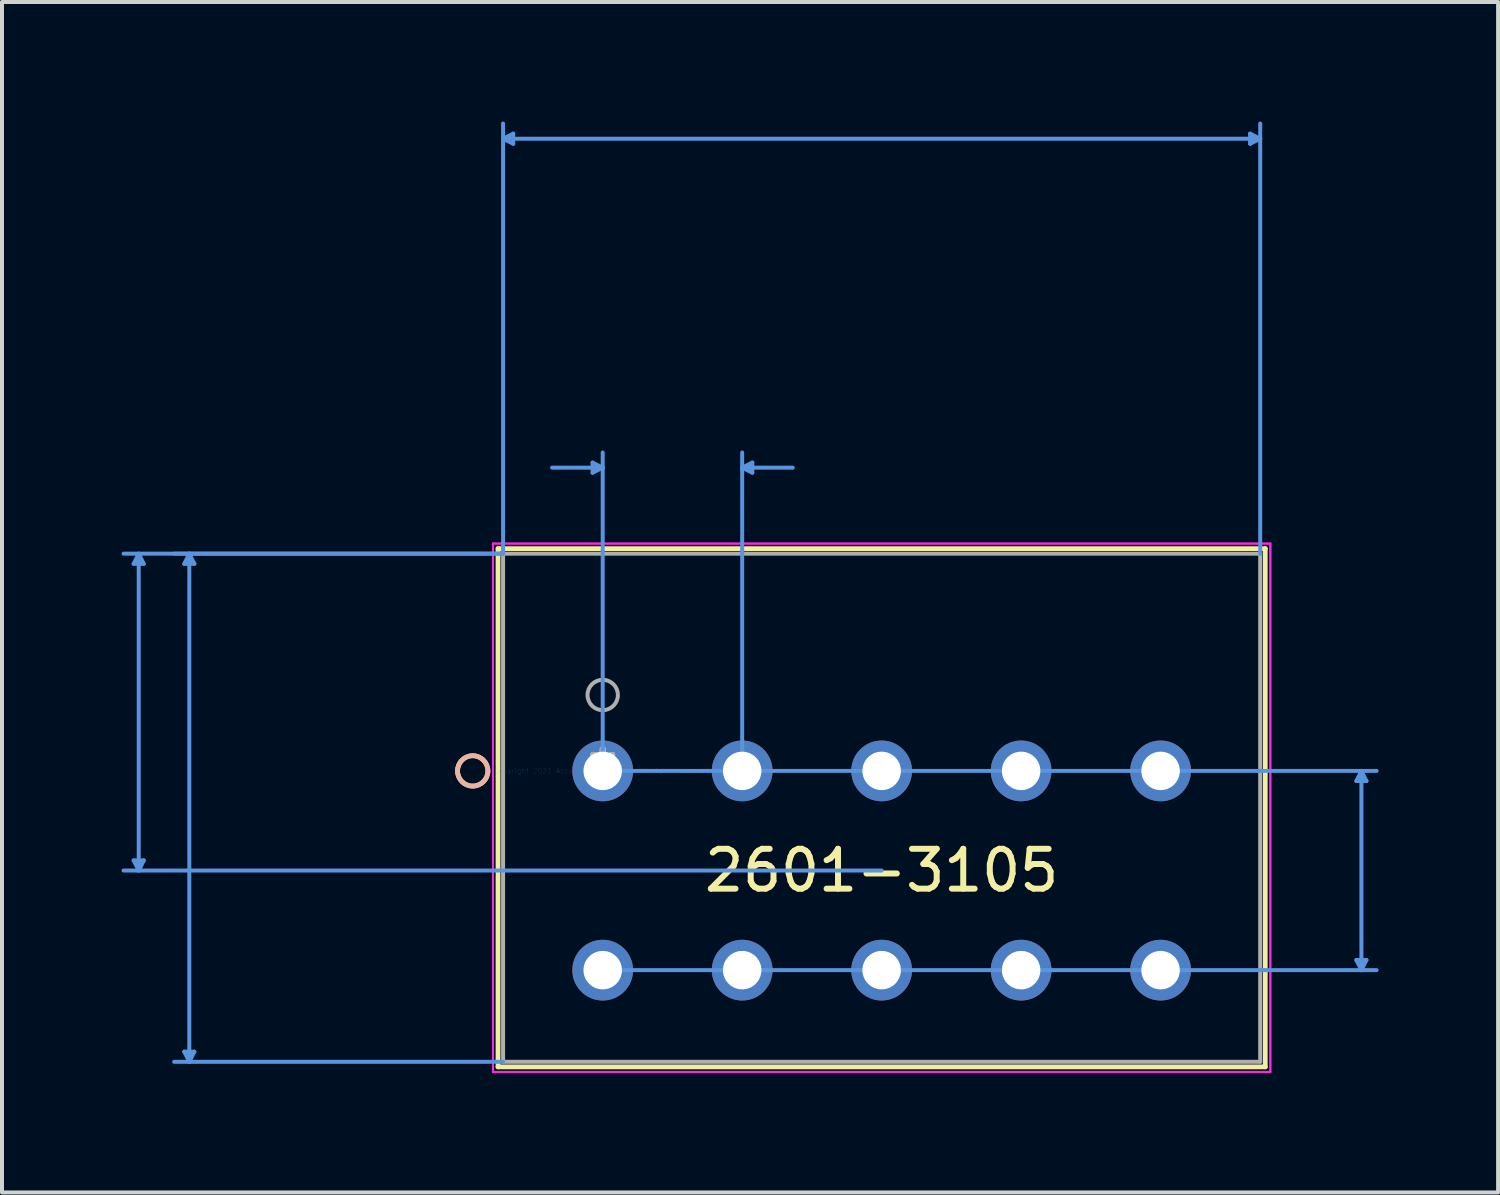
<source format=kicad_pcb>
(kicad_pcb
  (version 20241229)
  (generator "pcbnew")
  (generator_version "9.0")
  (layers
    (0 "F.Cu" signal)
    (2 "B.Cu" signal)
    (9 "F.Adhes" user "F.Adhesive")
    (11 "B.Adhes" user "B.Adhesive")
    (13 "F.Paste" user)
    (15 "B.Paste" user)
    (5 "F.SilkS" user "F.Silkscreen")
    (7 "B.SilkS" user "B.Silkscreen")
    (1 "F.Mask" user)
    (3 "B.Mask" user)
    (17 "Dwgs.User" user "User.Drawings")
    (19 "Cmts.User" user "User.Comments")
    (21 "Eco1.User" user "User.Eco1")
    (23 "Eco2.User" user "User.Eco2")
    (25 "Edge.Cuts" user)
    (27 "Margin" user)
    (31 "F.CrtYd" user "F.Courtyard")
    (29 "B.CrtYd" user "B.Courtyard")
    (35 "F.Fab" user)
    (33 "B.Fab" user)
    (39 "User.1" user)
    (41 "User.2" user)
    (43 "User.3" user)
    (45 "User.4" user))
  (footprint "2601-3105"
    (layer "F.Cu")
    (at 12.075 16.296)
    (property "Reference" "2601-3105" (at 7 2.5 0) (layer "F.SilkS") (effects (font (size 1 1) (thickness 0.15))))
    (attr through_hole)
    (fp_line (start -2.627 -5.578) (end -2.627 7.427) (stroke (width 0.12) (type solid)) (layer "F.SilkS"))
    (fp_line (start -2.627 7.427) (end 16.627 7.427) (stroke (width 0.12) (type solid)) (layer "F.SilkS"))
    (fp_line (start 16.627 -5.578) (end -2.627 -5.578) (stroke (width 0.12) (type solid)) (layer "F.SilkS"))
    (fp_line (start 16.627 7.427) (end 16.627 -5.578) (stroke (width 0.12) (type solid)) (layer "F.SilkS"))
    (fp_circle (center -3.262 0) (end -2.881 0) (stroke (width 0.12) (type solid)) (fill no) (layer "F.SilkS"))
    (fp_circle (center -3.262 0) (end -2.881 0) (stroke (width 0.12) (type solid)) (fill no) (layer "B.SilkS"))
    (fp_line (start -11.771 -5.197) (end -11.517 -5.197) (stroke (width 0.1) (type solid)) (layer "Cmts.User"))
    (fp_line (start -11.771 2.246) (end -11.517 2.246) (stroke (width 0.1) (type solid)) (layer "Cmts.User"))
    (fp_line (start -11.644 -5.451) (end -11.771 -5.197) (stroke (width 0.1) (type solid)) (layer "Cmts.User"))
    (fp_line (start -11.644 -5.451) (end -11.644 2.5) (stroke (width 0.1) (type solid)) (layer "Cmts.User"))
    (fp_line (start -11.644 -5.451) (end -11.517 -5.197) (stroke (width 0.1) (type solid)) (layer "Cmts.User"))
    (fp_line (start -11.644 2.5) (end -11.771 2.246) (stroke (width 0.1) (type solid)) (layer "Cmts.User"))
    (fp_line (start -11.644 2.5) (end -11.517 2.246) (stroke (width 0.1) (type solid)) (layer "Cmts.User"))
    (fp_line (start -10.501 -5.197) (end -10.247 -5.197) (stroke (width 0.1) (type solid)) (layer "Cmts.User"))
    (fp_line (start -10.501 7.046) (end -10.247 7.046) (stroke (width 0.1) (type solid)) (layer "Cmts.User"))
    (fp_line (start -10.374 -5.451) (end -10.501 -5.197) (stroke (width 0.1) (type solid)) (layer "Cmts.User"))
    (fp_line (start -10.374 -5.451) (end -10.374 7.3) (stroke (width 0.1) (type solid)) (layer "Cmts.User"))
    (fp_line (start -10.374 -5.451) (end -10.247 -5.197) (stroke (width 0.1) (type solid)) (layer "Cmts.User"))
    (fp_line (start -10.374 7.3) (end -10.501 7.046) (stroke (width 0.1) (type solid)) (layer "Cmts.User"))
    (fp_line (start -10.374 7.3) (end -10.247 7.046) (stroke (width 0.1) (type solid)) (layer "Cmts.User"))
    (fp_line (start -2.5 -15.865) (end -2.246 -15.992) (stroke (width 0.1) (type solid)) (layer "Cmts.User"))
    (fp_line (start -2.5 -15.865) (end -2.246 -15.738) (stroke (width 0.1) (type solid)) (layer "Cmts.User"))
    (fp_line (start -2.5 -15.865) (end 16.5 -15.865) (stroke (width 0.1) (type solid)) (layer "Cmts.User"))
    (fp_line (start -2.5 -5.451) (end -12.025 -5.451) (stroke (width 0.1) (type solid)) (layer "Cmts.User"))
    (fp_line (start -2.5 -5.451) (end -10.755 -5.451) (stroke (width 0.1) (type solid)) (layer "Cmts.User"))
    (fp_line (start -2.5 -5.451) (end -2.5 -16.246) (stroke (width 0.1) (type solid)) (layer "Cmts.User"))
    (fp_line (start -2.5 7.3) (end -10.755 7.3) (stroke (width 0.1) (type solid)) (layer "Cmts.User"))
    (fp_line (start -2.246 -15.992) (end -2.246 -15.738) (stroke (width 0.1) (type solid)) (layer "Cmts.User"))
    (fp_line (start -0.254 -7.737) (end -0.254 -7.483) (stroke (width 0.1) (type solid)) (layer "Cmts.User"))
    (fp_line (start 0 -7.61) (end -1.27 -7.61) (stroke (width 0.1) (type solid)) (layer "Cmts.User"))
    (fp_line (start 0 -7.61) (end -0.254 -7.737) (stroke (width 0.1) (type solid)) (layer "Cmts.User"))
    (fp_line (start 0 -7.61) (end -0.254 -7.483) (stroke (width 0.1) (type solid)) (layer "Cmts.User"))
    (fp_line (start 0 0) (end 0 -7.991) (stroke (width 0.1) (type solid)) (layer "Cmts.User"))
    (fp_line (start 0 0) (end 19.421 0) (stroke (width 0.1) (type solid)) (layer "Cmts.User"))
    (fp_line (start 0 5) (end 19.421 5) (stroke (width 0.1) (type solid)) (layer "Cmts.User"))
    (fp_line (start 3.5 -7.61) (end 3.754 -7.737) (stroke (width 0.1) (type solid)) (layer "Cmts.User"))
    (fp_line (start 3.5 -7.61) (end 3.754 -7.483) (stroke (width 0.1) (type solid)) (layer "Cmts.User"))
    (fp_line (start 3.5 -7.61) (end 4.77 -7.61) (stroke (width 0.1) (type solid)) (layer "Cmts.User"))
    (fp_line (start 3.5 0) (end 3.5 -7.991) (stroke (width 0.1) (type solid)) (layer "Cmts.User"))
    (fp_line (start 3.754 -7.737) (end 3.754 -7.483) (stroke (width 0.1) (type solid)) (layer "Cmts.User"))
    (fp_line (start 7 2.5) (end -12.025 2.5) (stroke (width 0.1) (type solid)) (layer "Cmts.User"))
    (fp_line (start 16.246 -15.992) (end 16.246 -15.738) (stroke (width 0.1) (type solid)) (layer "Cmts.User"))
    (fp_line (start 16.5 -15.865) (end 16.246 -15.992) (stroke (width 0.1) (type solid)) (layer "Cmts.User"))
    (fp_line (start 16.5 -15.865) (end 16.246 -15.738) (stroke (width 0.1) (type solid)) (layer "Cmts.User"))
    (fp_line (start 16.5 -5.451) (end 16.5 -16.246) (stroke (width 0.1) (type solid)) (layer "Cmts.User"))
    (fp_line (start 18.913 0.254) (end 19.167 0.254) (stroke (width 0.1) (type solid)) (layer "Cmts.User"))
    (fp_line (start 18.913 4.746) (end 19.167 4.746) (stroke (width 0.1) (type solid)) (layer "Cmts.User"))
    (fp_line (start 19.04 0) (end 18.913 0.254) (stroke (width 0.1) (type solid)) (layer "Cmts.User"))
    (fp_line (start 19.04 0) (end 19.04 5) (stroke (width 0.1) (type solid)) (layer "Cmts.User"))
    (fp_line (start 19.04 0) (end 19.167 0.254) (stroke (width 0.1) (type solid)) (layer "Cmts.User"))
    (fp_line (start 19.04 5) (end 18.913 4.746) (stroke (width 0.1) (type solid)) (layer "Cmts.User"))
    (fp_line (start 19.04 5) (end 19.167 4.746) (stroke (width 0.1) (type solid)) (layer "Cmts.User"))
    (fp_line (start -2.754 -5.705) (end -2.754 7.554) (stroke (width 0.05) (type solid)) (layer "F.CrtYd"))
    (fp_line (start -2.754 -5.705) (end -2.754 7.554) (stroke (width 0.05) (type solid)) (layer "F.CrtYd"))
    (fp_line (start -2.754 7.554) (end 16.754 7.554) (stroke (width 0.05) (type solid)) (layer "F.CrtYd"))
    (fp_line (start -2.754 7.554) (end 16.754 7.554) (stroke (width 0.05) (type solid)) (layer "F.CrtYd"))
    (fp_line (start 16.754 -5.705) (end -2.754 -5.705) (stroke (width 0.05) (type solid)) (layer "F.CrtYd"))
    (fp_line (start 16.754 -5.705) (end -2.754 -5.705) (stroke (width 0.05) (type solid)) (layer "F.CrtYd"))
    (fp_line (start 16.754 7.554) (end 16.754 -5.705) (stroke (width 0.05) (type solid)) (layer "F.CrtYd"))
    (fp_line (start 16.754 7.554) (end 16.754 -5.705) (stroke (width 0.05) (type solid)) (layer "F.CrtYd"))
    (fp_line (start -2.5 -5.451) (end -2.5 7.3) (stroke (width 0.1) (type solid)) (layer "F.Fab"))
    (fp_line (start -2.5 7.3) (end 16.5 7.3) (stroke (width 0.1) (type solid)) (layer "F.Fab"))
    (fp_line (start 16.5 -5.451) (end -2.5 -5.451) (stroke (width 0.1) (type solid)) (layer "F.Fab"))
    (fp_line (start 16.5 7.3) (end 16.5 -5.451) (stroke (width 0.1) (type solid)) (layer "F.Fab"))
    (fp_circle (center 0 -1.905) (end 0.381 -1.905) (stroke (width 0.1) (type solid)) (fill no) (layer "F.Fab"))
    (fp_text user "*" (at 0 0 0) (layer "F.SilkS") (effects (font (size 1 1) (thickness 0.15))))
    (fp_text user "Copyright 2021 Accelerated Designs. All rights reserved." (at 0 0 0) (layer "Cmts.User") (effects (font (size 0.127 0.127) (thickness 0.002))))
    (fp_text user "*" (at 0 0 0) (layer "F.Fab") (effects (font (size 1 1) (thickness 0.15))))
    (pad "1" thru_hole circle (at 0 0) (size 1.524 1.524) (drill 0.965) (layers "*.Cu" "*.Mask"))
    (pad "2" thru_hole circle (at 0 5) (size 1.524 1.524) (drill 0.965) (layers "*.Cu" "*.Mask"))
    (pad "3" thru_hole circle (at 3.5 0) (size 1.524 1.524) (drill 0.965) (layers "*.Cu" "*.Mask"))
    (pad "4" thru_hole circle (at 3.5 5) (size 1.524 1.524) (drill 0.965) (layers "*.Cu" "*.Mask"))
    (pad "5" thru_hole circle (at 7 0) (size 1.524 1.524) (drill 0.965) (layers "*.Cu" "*.Mask"))
    (pad "6" thru_hole circle (at 7 5) (size 1.524 1.524) (drill 0.965) (layers "*.Cu" "*.Mask"))
    (pad "7" thru_hole circle (at 10.5 0) (size 1.524 1.524) (drill 0.965) (layers "*.Cu" "*.Mask"))
    (pad "8" thru_hole circle (at 10.5 5) (size 1.524 1.524) (drill 0.965) (layers "*.Cu" "*.Mask"))
    (pad "9" thru_hole circle (at 14 0) (size 1.524 1.524) (drill 0.965) (layers "*.Cu" "*.Mask"))
    (pad "10" thru_hole circle (at 14 5) (size 1.524 1.524) (drill 0.965) (layers "*.Cu" "*.Mask")))
  (gr_rect
    (start -3 -3)
    (end 34.545 26.875)
    (stroke (width 0.1) (type default))
    (fill no)
    (layer "Edge.Cuts")))
</source>
